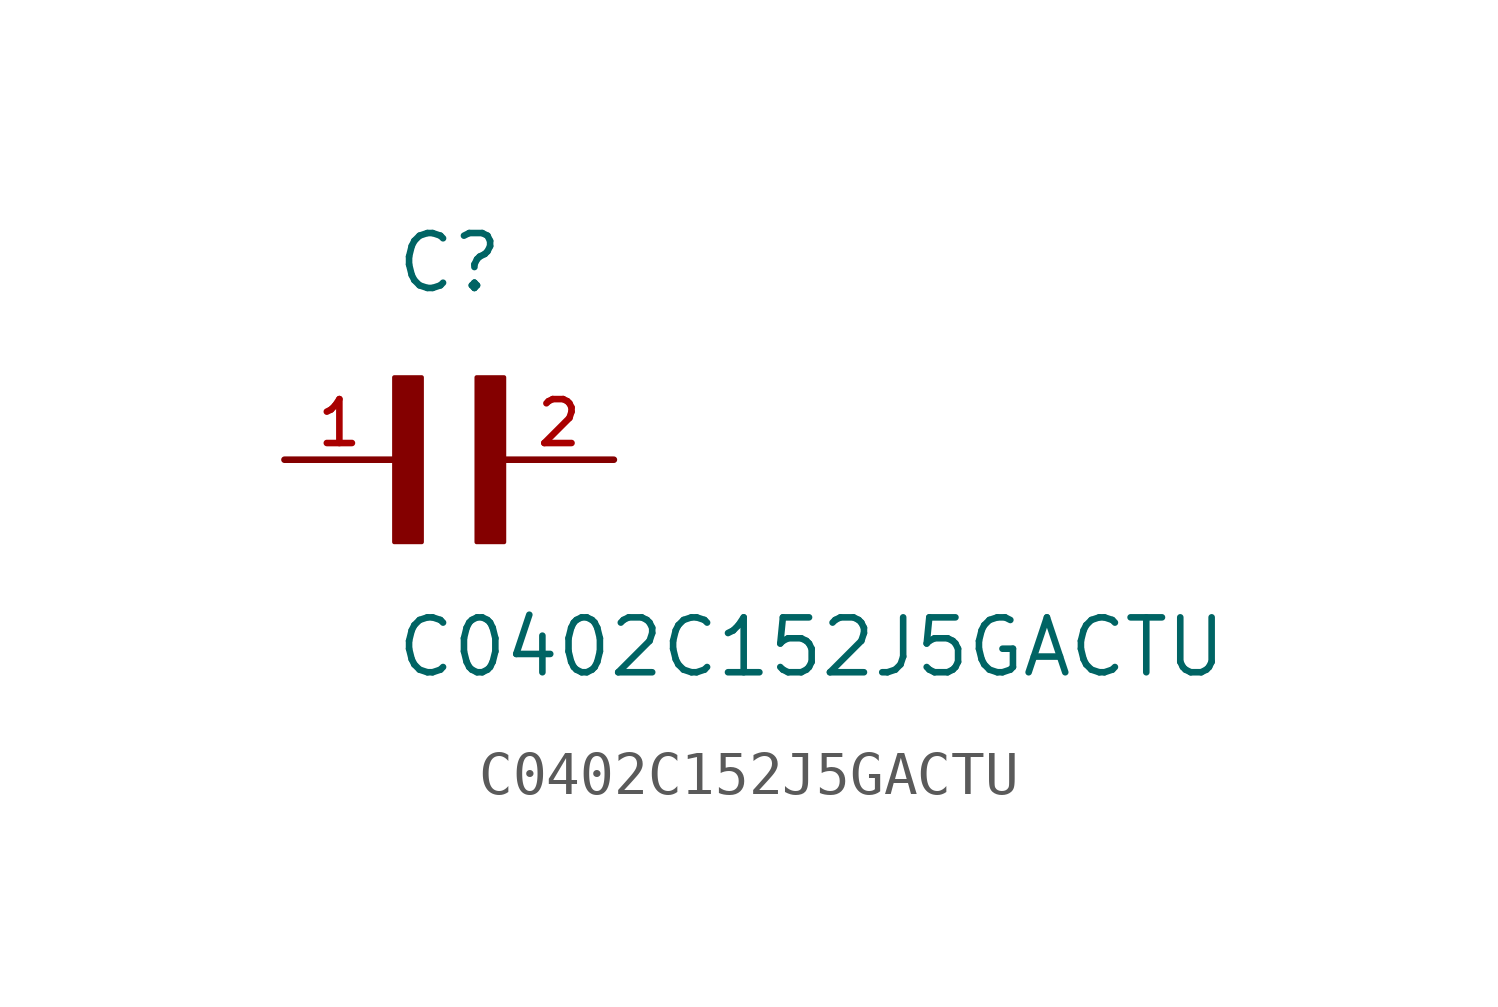
<source format=kicad_sym>
(kicad_symbol_lib
  (version 20211014)
  (generator kicad_symbol_editor)
  (symbol "C0402C152J5GACTU"
    (pin_names
      (offset 1.016))
    (property "Reference" "C"
      (at 0.0 3.81 0)
      (effects (font (size 1.27 1.27)) (justify bottom left)))
    (property "Value" "C0402C152J5GACTU"
      (at 0.0 -5.08 0)
      (effects (font (size 1.27 1.27)) (justify bottom left)))
    (symbol "C0402C152J5GACTU_0_0"
      (rectangle (start 0.0 -1.905) (end 0.635 1.905) (stroke (width 0.1)) (fill (type outline)))
      (rectangle (start 1.905 -1.905) (end 2.54 1.905) (stroke (width 0.1)) (fill (type outline)))
      (pin passive line (at 5.08 0.0 180.0) (length 2.54) (name "~" (effects (font (size 1.016 1.016)))) (number "2" (effects (font (size 1.016 1.016)))))
      (pin passive line (at -2.54 0.0 0) (length 2.54) (name "~" (effects (font (size 1.016 1.016)))) (number "1" (effects (font (size 1.016 1.016))))))))
</source>
